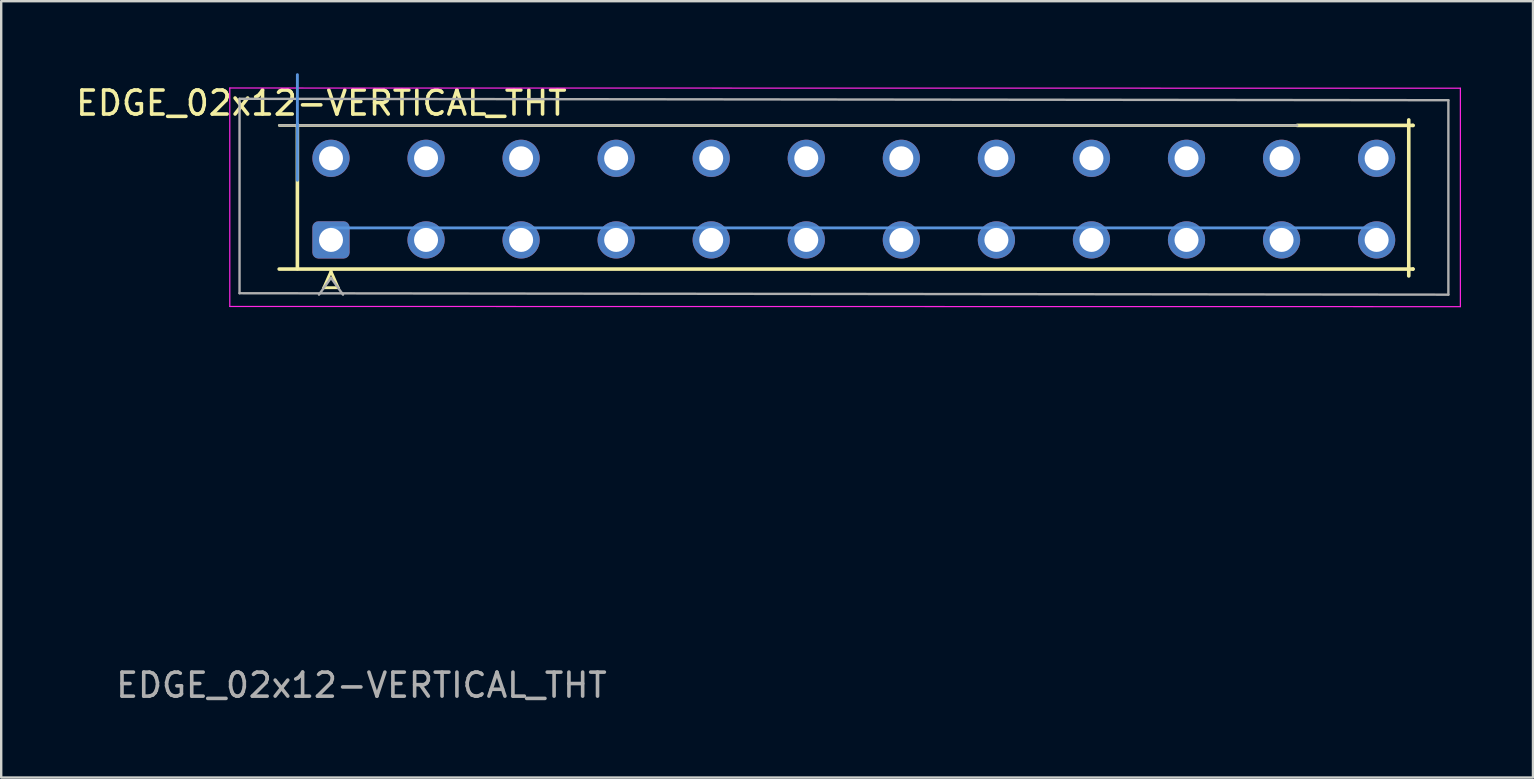
<source format=kicad_pcb>
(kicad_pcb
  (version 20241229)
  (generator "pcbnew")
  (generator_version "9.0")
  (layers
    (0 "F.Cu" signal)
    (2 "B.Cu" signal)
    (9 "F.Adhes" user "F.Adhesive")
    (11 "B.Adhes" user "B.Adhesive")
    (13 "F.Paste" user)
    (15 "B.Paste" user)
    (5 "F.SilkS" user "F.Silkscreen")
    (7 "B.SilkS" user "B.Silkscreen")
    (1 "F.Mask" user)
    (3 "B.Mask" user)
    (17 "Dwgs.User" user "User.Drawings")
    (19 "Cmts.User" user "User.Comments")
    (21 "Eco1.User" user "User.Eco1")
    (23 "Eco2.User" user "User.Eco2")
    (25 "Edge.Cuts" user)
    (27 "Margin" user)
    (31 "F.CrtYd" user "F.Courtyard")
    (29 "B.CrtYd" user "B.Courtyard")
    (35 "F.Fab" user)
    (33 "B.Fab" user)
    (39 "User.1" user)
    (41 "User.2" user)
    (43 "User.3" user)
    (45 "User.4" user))
  (footprint "EDGE_02x12-VERTICAL_THT"
    (layer "F.Cu")
    (at 10.739 6.945)
    (property "Reference" "EDGE_02x12-VERTICAL_THT" (at -0.4 -5.7 180) (layer "F.SilkS") (effects (font (size 1 1) (thickness 0.15))))
    (attr through_hole)
    (fp_line (start -2.159 1.214) (end 45.076 1.214) (stroke (width 0.15) (type solid)) (layer "F.SilkS"))
    (fp_line (start -1.4 -4.8) (end -1.4 1.2) (stroke (width 0.15) (type solid)) (layer "F.SilkS"))
    (fp_line (start -0.3 1.99) (end 0 1.31) (stroke (width 0.12) (type solid)) (layer "F.SilkS"))
    (fp_line (start 0 1.31) (end 0.3 1.99) (stroke (width 0.12) (type solid)) (layer "F.SilkS"))
    (fp_line (start 0.3 1.99) (end -0.3 1.99) (stroke (width 0.12) (type solid)) (layer "F.SilkS"))
    (fp_line (start 40.25 -4.77) (end -2.15 -4.77) (stroke (width 0.12) (type solid)) (layer "F.SilkS"))
    (fp_line (start 44.9 1.5) (end 44.9 -5) (stroke (width 0.15) (type solid)) (layer "F.SilkS"))
    (fp_line (start 45.076 -4.77) (end 40.25 -4.77) (stroke (width 0.15) (type solid)) (layer "F.SilkS"))
    (fp_line (start 45.076 -4.77) (end 45.076 -4.77) (stroke (width 0.15) (type solid)) (layer "F.SilkS"))
    (fp_line (start 45.076 1.214) (end 45.076 1.214) (stroke (width 0.15) (type solid)) (layer "F.SilkS"))
    (fp_line (start -1.4 -6.885) (end -1.4 -2.485) (stroke (width 0.12) (type solid)) (layer "Cmts.User"))
    (fp_line (start 0 -0.5) (end 43.6 -0.5) (stroke (width 0.12) (type solid)) (layer "Cmts.User"))
    (fp_line (start -4.216 -6.328) (end -4.216 2.772) (stroke (width 0.05) (type solid)) (layer "F.CrtYd"))
    (fp_line (start -4.216 2.772) (end 47.05 2.78) (stroke (width 0.05) (type solid)) (layer "F.CrtYd"))
    (fp_line (start 47.05 -6.32) (end -4.216 -6.328) (stroke (width 0.05) (type solid)) (layer "F.CrtYd"))
    (fp_line (start 47.05 2.78) (end 47.05 -6.32) (stroke (width 0.05) (type solid)) (layer "F.CrtYd"))
    (fp_line (start -3.81 -5.879) (end -3.81 2.221) (stroke (width 0.1) (type solid)) (layer "F.Fab"))
    (fp_line (start -3.81 2.221) (end 46.55 2.28) (stroke (width 0.1) (type solid)) (layer "F.Fab"))
    (fp_line (start 0 1.58) (end -0.5 2.28) (stroke (width 0.1) (type solid)) (layer "F.Fab"))
    (fp_line (start 0.5 2.28) (end 0 1.58) (stroke (width 0.1) (type solid)) (layer "F.Fab"))
    (fp_line (start 40.25 -4.77) (end -2.15 -4.77) (stroke (width 0.1) (type solid)) (layer "F.Fab"))
    (fp_line (start 46.55 -5.82) (end -3.81 -5.879) (stroke (width 0.1) (type solid)) (layer "F.Fab"))
    (fp_line (start 46.55 2.28) (end 46.55 -5.82) (stroke (width 0.1) (type solid)) (layer "F.Fab"))
    (fp_text user "${REFERENCE}" (at 1.27 18.55 180) (layer "F.Fab") (effects (font (size 1 1) (thickness 0.15))))
    (pad "1" thru_hole roundrect (at 0 0 90) (size 1.55 1.55) (drill 1) (layers "*.Cu" "*.Mask") (roundrect_rratio 0.161))
    (pad "2" thru_hole circle (at 3.96 0 90) (size 1.55 1.55) (drill 1) (layers "*.Cu" "*.Mask"))
    (pad "3" thru_hole circle (at 7.92 0 90) (size 1.55 1.55) (drill 1) (layers "*.Cu" "*.Mask"))
    (pad "4" thru_hole circle (at 11.88 0 90) (size 1.55 1.55) (drill 1) (layers "*.Cu" "*.Mask"))
    (pad "5" thru_hole circle (at 15.84 0 90) (size 1.55 1.55) (drill 1) (layers "*.Cu" "*.Mask"))
    (pad "6" thru_hole circle (at 19.8 0 90) (size 1.55 1.55) (drill 1) (layers "*.Cu" "*.Mask"))
    (pad "7" thru_hole circle (at 23.761 0 90) (size 1.55 1.55) (drill 1) (layers "*.Cu" "*.Mask"))
    (pad "8" thru_hole circle (at 27.721 0 90) (size 1.55 1.55) (drill 1) (layers "*.Cu" "*.Mask"))
    (pad "9" thru_hole circle (at 31.681 0 90) (size 1.55 1.55) (drill 1) (layers "*.Cu" "*.Mask"))
    (pad "10" thru_hole circle (at 35.641 0 90) (size 1.55 1.55) (drill 1) (layers "*.Cu" "*.Mask"))
    (pad "11" thru_hole circle (at 39.601 0 90) (size 1.55 1.55) (drill 1) (layers "*.Cu" "*.Mask"))
    (pad "12" thru_hole circle (at 43.561 0 90) (size 1.55 1.55) (drill 1) (layers "*.Cu" "*.Mask"))
    (pad "A" thru_hole circle (at 0 -3.4 90) (size 1.55 1.55) (drill 1) (layers "*.Cu" "*.Mask"))
    (pad "B" thru_hole circle (at 3.96 -3.4 90) (size 1.55 1.55) (drill 1) (layers "*.Cu" "*.Mask"))
    (pad "C" thru_hole circle (at 7.92 -3.4 90) (size 1.55 1.55) (drill 1) (layers "*.Cu" "*.Mask"))
    (pad "D" thru_hole circle (at 11.88 -3.4 90) (size 1.55 1.55) (drill 1) (layers "*.Cu" "*.Mask"))
    (pad "E" thru_hole circle (at 15.84 -3.4 90) (size 1.55 1.55) (drill 1) (layers "*.Cu" "*.Mask"))
    (pad "F" thru_hole circle (at 19.8 -3.4 90) (size 1.55 1.55) (drill 1) (layers "*.Cu" "*.Mask"))
    (pad "H" thru_hole circle (at 23.761 -3.4 90) (size 1.55 1.55) (drill 1) (layers "*.Cu" "*.Mask"))
    (pad "J" thru_hole circle (at 27.721 -3.4 90) (size 1.55 1.55) (drill 1) (layers "*.Cu" "*.Mask"))
    (pad "K" thru_hole circle (at 31.681 -3.4 90) (size 1.55 1.55) (drill 1) (layers "*.Cu" "*.Mask"))
    (pad "L" thru_hole circle (at 35.641 -3.4 90) (size 1.55 1.55) (drill 1) (layers "*.Cu" "*.Mask"))
    (pad "M" thru_hole circle (at 39.601 -3.4 90) (size 1.55 1.55) (drill 1) (layers "*.Cu" "*.Mask"))
    (pad "N" thru_hole circle (at 43.561 -3.4 90) (size 1.55 1.55) (drill 1) (layers "*.Cu" "*.Mask")))
  (gr_rect
    (start -3 -3)
    (end 60.814 29.343)
    (stroke (width 0.1) (type default))
    (fill no)
    (layer "Edge.Cuts")))
</source>
